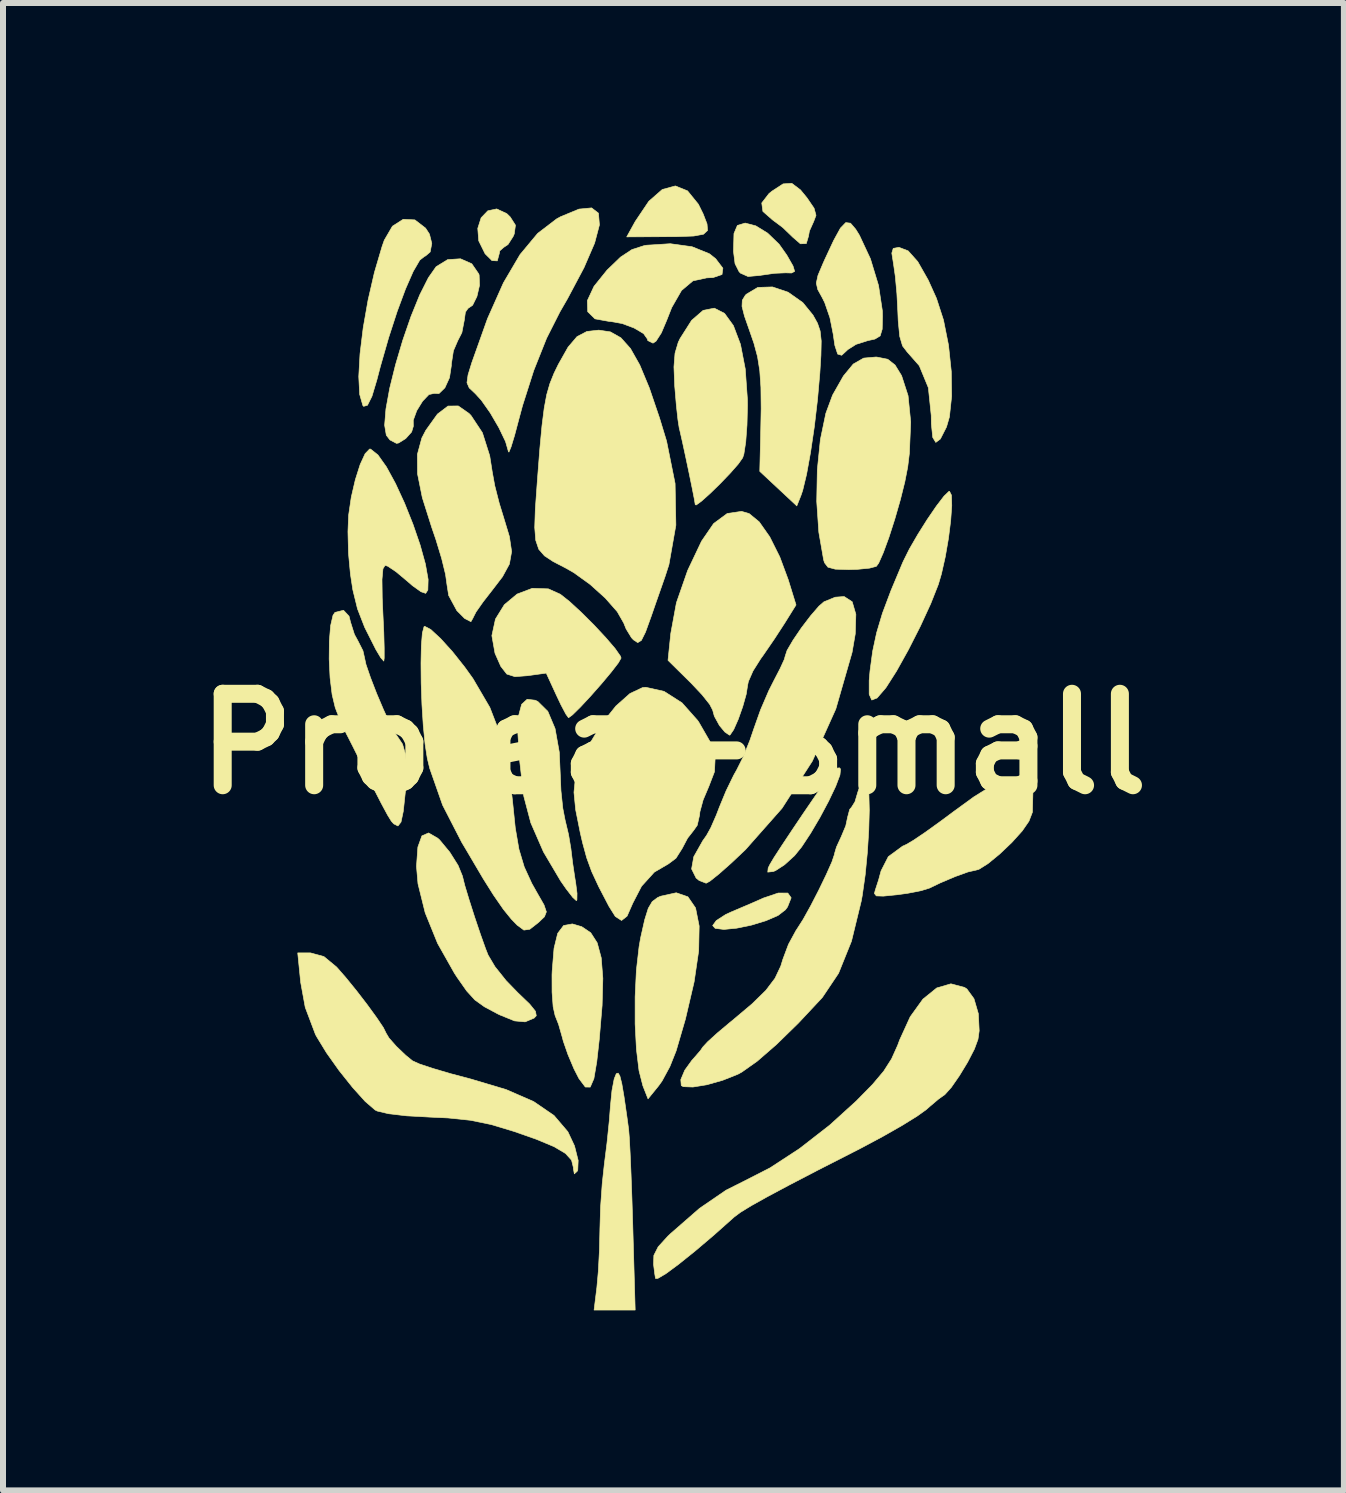
<source format=kicad_pcb>
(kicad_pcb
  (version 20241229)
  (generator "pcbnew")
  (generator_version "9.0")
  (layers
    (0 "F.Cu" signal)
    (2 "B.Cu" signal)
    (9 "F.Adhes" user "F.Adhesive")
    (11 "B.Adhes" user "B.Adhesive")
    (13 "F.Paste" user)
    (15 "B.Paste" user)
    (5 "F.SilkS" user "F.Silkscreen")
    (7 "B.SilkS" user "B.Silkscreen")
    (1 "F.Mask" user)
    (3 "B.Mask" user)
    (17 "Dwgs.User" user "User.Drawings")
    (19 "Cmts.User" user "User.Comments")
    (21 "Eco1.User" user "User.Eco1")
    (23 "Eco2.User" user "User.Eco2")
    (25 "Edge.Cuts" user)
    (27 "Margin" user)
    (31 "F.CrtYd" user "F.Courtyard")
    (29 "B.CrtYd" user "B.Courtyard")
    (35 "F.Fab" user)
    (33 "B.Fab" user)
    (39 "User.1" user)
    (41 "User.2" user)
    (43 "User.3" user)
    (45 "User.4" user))
  (footprint "Protea-Small"
    (layer "F.Cu")
    (at 8.172 9.345)
    (property "Reference" "Protea-Small" (at 0 0 0) (layer "F.SilkS") (effects (font (size 1.524 1.524) (thickness 0.3))))
    (attr through_hole)
    (fp_poly (pts (xy 0.234 -9.215) (xy 0.415 -8.992) (xy 0.494 -8.832) (xy 0.559 -8.664) (xy 0.568 -8.555) (xy 0.5 -8.492) (xy 0.337 -8.462) (xy 0.057 -8.452) (xy -0.099 -8.451) (xy -0.779 -8.448) (xy -0.637 -8.705) (xy -0.411 -9.041) (xy -0.186 -9.238) (xy 0.031 -9.297) (xy 0.234 -9.215)) (stroke (width 0.01) (type solid)) (fill yes) (layer "F.SilkS"))
    (fp_poly (pts (xy -2.778 -8.836) (xy -2.721 -8.781) (xy -2.633 -8.643) (xy -2.653 -8.498) (xy -2.672 -8.454) (xy -2.757 -8.321) (xy -2.829 -8.273) (xy -2.895 -8.215) (xy -2.903 -8.169) (xy -2.936 -8.048) (xy -3.025 -8.053) (xy -3.139 -8.167) (xy -3.245 -8.382) (xy -3.261 -8.59) (xy -3.205 -8.766) (xy -3.094 -8.882) (xy -2.946 -8.914) (xy -2.778 -8.836)) (stroke (width 0.01) (type solid)) (fill yes) (layer "F.SilkS"))
    (fp_poly (pts (xy 1.905 2.486) (xy 1.961 2.565) (xy 1.901 2.716) (xy 1.866 2.764) (xy 1.743 2.859) (xy 1.542 2.946) (xy 1.3 3.02) (xy 1.054 3.071) (xy 0.84 3.092) (xy 0.695 3.074) (xy 0.653 3.027) (xy 0.714 2.944) (xy 0.869 2.844) (xy 0.962 2.801) (xy 1.211 2.695) (xy 1.448 2.592) (xy 1.499 2.569) (xy 1.747 2.485) (xy 1.905 2.486)) (stroke (width 0.01) (type solid)) (fill yes) (layer "F.SilkS"))
    (fp_poly (pts (xy 2.116 -9.231) (xy 2.223 -9.101) (xy 2.343 -8.925) (xy 2.375 -8.807) (xy 2.336 -8.703) (xy 2.265 -8.545) (xy 2.25 -8.46) (xy 2.213 -8.336) (xy 2.115 -8.333) (xy 1.989 -8.442) (xy 1.821 -8.604) (xy 1.651 -8.731) (xy 1.49 -8.872) (xy 1.471 -9.013) (xy 1.592 -9.17) (xy 1.643 -9.211) (xy 1.827 -9.331) (xy 1.972 -9.34) (xy 2.116 -9.231)) (stroke (width 0.01) (type solid)) (fill yes) (layer "F.SilkS"))
    (fp_poly (pts (xy 1.371 -8.632) (xy 1.568 -8.511) (xy 1.76 -8.326) (xy 1.888 -8.145) (xy 1.992 -7.963) (xy 2.019 -7.873) (xy 1.968 -7.846) (xy 1.869 -7.849) (xy 1.684 -7.841) (xy 1.46 -7.809) (xy 1.447 -7.806) (xy 1.242 -7.788) (xy 1.116 -7.844) (xy 1.092 -7.87) (xy 1.026 -8.001) (xy 1 -8.207) (xy 1.008 -8.504) (xy 1.065 -8.639) (xy 1.195 -8.678) (xy 1.371 -8.632)) (stroke (width 0.01) (type solid)) (fill yes) (layer "F.SilkS"))
    (fp_poly (pts (xy 2.784 0.42) (xy 2.774 0.519) (xy 2.703 0.707) (xy 2.586 0.953) (xy 2.441 1.225) (xy 2.285 1.49) (xy 2.136 1.716) (xy 2.018 1.862) (xy 1.851 2.014) (xy 1.699 2.113) (xy 1.662 2.127) (xy 1.571 2.137) (xy 1.578 2.068) (xy 1.608 2.007) (xy 1.676 1.893) (xy 1.806 1.693) (xy 1.976 1.437) (xy 2.165 1.156) (xy 2.353 0.881) (xy 2.518 0.644) (xy 2.639 0.474) (xy 2.688 0.411) (xy 2.766 0.399) (xy 2.784 0.42)) (stroke (width 0.01) (type solid)) (fill yes) (layer "F.SilkS"))
    (fp_poly (pts (xy 0.24 2.548) (xy 0.368 2.734) (xy 0.428 3.036) (xy 0.42 3.448) (xy 0.344 3.966) (xy 0.199 4.586) (xy 0.044 5.116) (xy -0.06 5.377) (xy -0.19 5.617) (xy -0.247 5.697) (xy -0.424 5.915) (xy -0.51 5.697) (xy -0.574 5.446) (xy -0.617 5.09) (xy -0.639 4.667) (xy -0.639 4.215) (xy -0.618 3.773) (xy -0.573 3.379) (xy -0.547 3.23) (xy -0.479 2.929) (xy -0.42 2.74) (xy -0.354 2.628) (xy -0.266 2.562) (xy -0.215 2.539) (xy 0.046 2.481) (xy 0.24 2.548)) (stroke (width 0.01) (type solid)) (fill yes) (layer "F.SilkS"))
    (fp_poly (pts (xy -1.529 3.046) (xy -1.379 3.147) (xy -1.271 3.315) (xy -1.204 3.564) (xy -1.177 3.907) (xy -1.189 4.357) (xy -1.237 4.928) (xy -1.278 5.295) (xy -1.326 5.578) (xy -1.387 5.719) (xy -1.469 5.718) (xy -1.575 5.577) (xy -1.658 5.415) (xy -1.759 5.175) (xy -1.836 4.953) (xy -1.853 4.888) (xy -1.914 4.675) (xy -1.973 4.525) (xy -2.005 4.381) (xy -2.023 4.139) (xy -2.024 3.847) (xy -2.021 3.784) (xy -1.99 3.405) (xy -1.929 3.157) (xy -1.831 3.027) (xy -1.686 3) (xy -1.529 3.046)) (stroke (width 0.01) (type solid)) (fill yes) (layer "F.SilkS"))
    (fp_poly (pts (xy -4.309 -8.731) (xy -4.131 -8.594) (xy -4.066 -8.494) (xy -4.027 -8.339) (xy -4.054 -8.197) (xy -4.134 -8.128) (xy -4.142 -8.128) (xy -4.227 -8.061) (xy -4.337 -7.872) (xy -4.465 -7.58) (xy -4.604 -7.206) (xy -4.746 -6.769) (xy -4.884 -6.288) (xy -4.942 -6.066) (xy -5.024 -5.792) (xy -5.099 -5.642) (xy -5.163 -5.624) (xy -5.176 -5.639) (xy -5.229 -5.824) (xy -5.244 -6.12) (xy -5.223 -6.499) (xy -5.17 -6.933) (xy -5.089 -7.394) (xy -4.983 -7.855) (xy -4.856 -8.286) (xy -4.819 -8.392) (xy -4.683 -8.626) (xy -4.503 -8.741) (xy -4.309 -8.731)) (stroke (width 0.01) (type solid)) (fill yes) (layer "F.SilkS"))
    (fp_poly (pts (xy -0.893 5.534) (xy -0.861 5.661) (xy -0.823 5.884) (xy -0.774 6.224) (xy -0.747 6.423) (xy -0.736 6.562) (xy -0.722 6.82) (xy -0.707 7.169) (xy -0.692 7.582) (xy -0.678 8.033) (xy -0.678 8.037) (xy -0.638 9.434) (xy -1.323 9.434) (xy -1.276 9.053) (xy -1.252 8.786) (xy -1.234 8.445) (xy -1.226 8.104) (xy -1.226 8.092) (xy -1.215 7.723) (xy -1.187 7.326) (xy -1.152 7.003) (xy -1.108 6.653) (xy -1.069 6.275) (xy -1.05 6.029) (xy -1.025 5.777) (xy -0.988 5.583) (xy -0.953 5.496) (xy -0.922 5.486) (xy -0.893 5.534)) (stroke (width 0.01) (type solid)) (fill yes) (layer "F.SilkS"))
    (fp_poly (pts (xy 2.95 -8.676) (xy 3.036 -8.576) (xy 3.098 -8.476) (xy 3.282 -8.082) (xy 3.417 -7.637) (xy 3.481 -7.214) (xy 3.483 -7.125) (xy 3.478 -6.91) (xy 3.444 -6.798) (xy 3.356 -6.745) (xy 3.237 -6.719) (xy 3.042 -6.657) (xy 2.906 -6.571) (xy 2.901 -6.566) (xy 2.803 -6.475) (xy 2.736 -6.495) (xy 2.689 -6.639) (xy 2.661 -6.83) (xy 2.607 -7.101) (xy 2.52 -7.353) (xy 2.479 -7.435) (xy 2.404 -7.571) (xy 2.38 -7.678) (xy 2.408 -7.807) (xy 2.493 -8.008) (xy 2.517 -8.062) (xy 2.67 -8.39) (xy 2.782 -8.594) (xy 2.871 -8.686) (xy 2.95 -8.676)) (stroke (width 0.01) (type solid)) (fill yes) (layer "F.SilkS"))
    (fp_poly (pts (xy 3.91 -8.215) (xy 4.07 -8.036) (xy 4.245 -7.728) (xy 4.382 -7.424) (xy 4.499 -7.063) (xy 4.583 -6.643) (xy 4.629 -6.206) (xy 4.635 -5.793) (xy 4.598 -5.448) (xy 4.549 -5.28) (xy 4.447 -5.08) (xy 4.371 -5.023) (xy 4.32 -5.107) (xy 4.297 -5.333) (xy 4.295 -5.472) (xy 4.247 -5.935) (xy 4.096 -6.301) (xy 3.892 -6.533) (xy 3.817 -6.631) (xy 3.77 -6.79) (xy 3.745 -7.045) (xy 3.739 -7.188) (xy 3.723 -7.499) (xy 3.696 -7.792) (xy 3.666 -8.001) (xy 3.638 -8.178) (xy 3.662 -8.256) (xy 3.753 -8.273) (xy 3.759 -8.273) (xy 3.91 -8.215)) (stroke (width 0.01) (type solid)) (fill yes) (layer "F.SilkS"))
    (fp_poly (pts (xy -2.304 -0.727) (xy -2.26 -0.706) (xy -2.094 -0.542) (xy -1.973 -0.255) (xy -1.903 0.138) (xy -1.888 0.472) (xy -1.875 0.78) (xy -1.844 1.074) (xy -1.807 1.265) (xy -1.748 1.513) (xy -1.709 1.747) (xy -1.706 1.773) (xy -1.679 1.993) (xy -1.64 2.253) (xy -1.631 2.304) (xy -1.607 2.491) (xy -1.609 2.601) (xy -1.618 2.613) (xy -1.678 2.558) (xy -1.788 2.416) (xy -1.88 2.284) (xy -2.166 1.8) (xy -2.377 1.316) (xy -2.493 0.877) (xy -2.5 0.835) (xy -2.564 0.271) (xy -2.592 -0.161) (xy -2.581 -0.468) (xy -2.53 -0.659) (xy -2.438 -0.743) (xy -2.304 -0.727)) (stroke (width 0.01) (type solid)) (fill yes) (layer "F.SilkS"))
    (fp_poly (pts (xy -2.085 -2.583) (xy -1.885 -2.493) (xy -1.731 -2.371) (xy -1.536 -2.191) (xy -1.326 -1.982) (xy -1.13 -1.772) (xy -0.973 -1.589) (xy -0.884 -1.462) (xy -0.873 -1.43) (xy -0.919 -1.349) (xy -1.037 -1.196) (xy -1.199 -1.002) (xy -1.379 -0.798) (xy -1.549 -0.615) (xy -1.682 -0.484) (xy -1.749 -0.435) (xy -1.793 -0.496) (xy -1.875 -0.651) (xy -1.949 -0.807) (xy -2.12 -1.179) (xy -2.432 -1.136) (xy -2.642 -1.12) (xy -2.777 -1.163) (xy -2.877 -1.291) (xy -2.974 -1.51) (xy -3.026 -1.803) (xy -2.966 -2.08) (xy -2.818 -2.319) (xy -2.606 -2.496) (xy -2.353 -2.592) (xy -2.085 -2.583)) (stroke (width 0.01) (type solid)) (fill yes) (layer "F.SilkS"))
    (fp_poly (pts (xy 1.91 -7.526) (xy 2.155 -7.353) (xy 2.325 -7.144) (xy 2.4 -7.009) (xy 2.444 -6.879) (xy 2.462 -6.713) (xy 2.457 -6.475) (xy 2.439 -6.18) (xy 2.4 -5.736) (xy 2.347 -5.284) (xy 2.284 -4.858) (xy 2.218 -4.493) (xy 2.153 -4.223) (xy 2.125 -4.141) (xy 2.055 -3.965) (xy 1.438 -4.541) (xy 1.452 -5.119) (xy 1.461 -5.585) (xy 1.457 -5.94) (xy 1.438 -6.217) (xy 1.401 -6.451) (xy 1.341 -6.674) (xy 1.274 -6.868) (xy 1.183 -7.128) (xy 1.142 -7.29) (xy 1.147 -7.392) (xy 1.194 -7.47) (xy 1.212 -7.491) (xy 1.405 -7.606) (xy 1.649 -7.614) (xy 1.91 -7.526)) (stroke (width 0.01) (type solid)) (fill yes) (layer "F.SilkS"))
    (fp_poly (pts (xy -1.25 -8.843) (xy -1.234 -8.647) (xy -1.314 -8.345) (xy -1.491 -7.935) (xy -1.765 -7.419) (xy -1.893 -7.197) (xy -2.114 -6.76) (xy -2.328 -6.223) (xy -2.516 -5.634) (xy -2.577 -5.407) (xy -2.648 -5.139) (xy -2.706 -4.949) (xy -2.742 -4.862) (xy -2.75 -4.87) (xy -2.798 -5.037) (xy -2.909 -5.268) (xy -3.053 -5.515) (xy -3.203 -5.728) (xy -3.305 -5.839) (xy -3.404 -5.932) (xy -3.441 -6.018) (xy -3.423 -6.148) (xy -3.361 -6.35) (xy -3.099 -7.085) (xy -2.833 -7.683) (xy -2.556 -8.154) (xy -2.263 -8.506) (xy -1.948 -8.747) (xy -1.881 -8.784) (xy -1.574 -8.911) (xy -1.364 -8.931) (xy -1.25 -8.843)) (stroke (width 0.01) (type solid)) (fill yes) (layer "F.SilkS"))
    (fp_poly (pts (xy 0.309 -8.284) (xy 0.598 -8.167) (xy 0.702 -8.085) (xy 0.823 -7.926) (xy 0.809 -7.821) (xy 0.66 -7.77) (xy 0.553 -7.765) (xy 0.324 -7.715) (xy 0.134 -7.555) (xy -0.029 -7.271) (xy -0.113 -7.058) (xy -0.202 -6.848) (xy -0.291 -6.71) (xy -0.341 -6.677) (xy -0.428 -6.72) (xy -0.435 -6.747) (xy -0.498 -6.836) (xy -0.655 -6.929) (xy -0.855 -7.004) (xy -1.051 -7.039) (xy -1.07 -7.039) (xy -1.308 -7.082) (xy -1.429 -7.201) (xy -1.435 -7.386) (xy -1.324 -7.624) (xy -1.107 -7.894) (xy -0.882 -8.111) (xy -0.693 -8.236) (xy -0.492 -8.301) (xy -0.448 -8.309) (xy -0.053 -8.334) (xy 0.309 -8.284)) (stroke (width 0.01) (type solid)) (fill yes) (layer "F.SilkS"))
    (fp_poly (pts (xy 4.632 -4.144) (xy 4.637 -3.969) (xy 4.619 -3.718) (xy 4.582 -3.423) (xy 4.529 -3.117) (xy 4.465 -2.832) (xy 4.413 -2.656) (xy 4.287 -2.337) (xy 4.113 -1.959) (xy 3.915 -1.569) (xy 3.718 -1.215) (xy 3.546 -0.945) (xy 3.531 -0.925) (xy 3.393 -0.765) (xy 3.304 -0.73) (xy 3.261 -0.826) (xy 3.261 -1.056) (xy 3.275 -1.216) (xy 3.319 -1.544) (xy 3.385 -1.851) (xy 3.482 -2.176) (xy 3.624 -2.554) (xy 3.82 -3.022) (xy 3.832 -3.048) (xy 3.932 -3.249) (xy 4.071 -3.489) (xy 4.227 -3.737) (xy 4.38 -3.961) (xy 4.508 -4.128) (xy 4.59 -4.207) (xy 4.599 -4.209) (xy 4.632 -4.144)) (stroke (width 0.01) (type solid)) (fill yes) (layer "F.SilkS"))
    (fp_poly (pts (xy 3.39 -6.445) (xy 3.57 -6.409) (xy 3.692 -6.313) (xy 3.801 -6.135) (xy 3.909 -5.802) (xy 3.953 -5.363) (xy 3.931 -4.843) (xy 3.903 -4.613) (xy 3.855 -4.367) (xy 3.78 -4.066) (xy 3.688 -3.746) (xy 3.59 -3.441) (xy 3.496 -3.185) (xy 3.419 -3.011) (xy 3.38 -2.958) (xy 3.267 -2.928) (xy 3.064 -2.908) (xy 2.922 -2.904) (xy 2.696 -2.911) (xy 2.574 -2.944) (xy 2.517 -3.018) (xy 2.502 -3.066) (xy 2.422 -3.526) (xy 2.387 -4.04) (xy 2.397 -4.568) (xy 2.448 -5.071) (xy 2.539 -5.508) (xy 2.651 -5.811) (xy 2.832 -6.13) (xy 2.996 -6.329) (xy 3.169 -6.428) (xy 3.373 -6.446) (xy 3.39 -6.445)) (stroke (width 0.01) (type solid)) (fill yes) (layer "F.SilkS"))
    (fp_poly (pts (xy -3.406 -5.505) (xy -3.374 -5.472) (xy -3.184 -5.185) (xy -3.062 -4.801) (xy -3.02 -4.533) (xy -2.978 -4.302) (xy -2.903 -4.009) (xy -2.836 -3.791) (xy -2.734 -3.454) (xy -2.697 -3.204) (xy -2.734 -2.996) (xy -2.849 -2.785) (xy -3.012 -2.572) (xy -3.173 -2.365) (xy -3.29 -2.198) (xy -3.338 -2.104) (xy -3.338 -2.102) (xy -3.375 -2.036) (xy -3.479 -2.089) (xy -3.61 -2.221) (xy -3.746 -2.473) (xy -3.774 -2.652) (xy -3.798 -2.824) (xy -3.863 -3.09) (xy -3.959 -3.406) (xy -4.028 -3.607) (xy -4.185 -4.103) (xy -4.265 -4.501) (xy -4.267 -4.824) (xy -4.193 -5.097) (xy -4.127 -5.224) (xy -3.933 -5.495) (xy -3.757 -5.629) (xy -3.586 -5.631) (xy -3.406 -5.505)) (stroke (width 0.01) (type solid)) (fill yes) (layer "F.SilkS"))
    (fp_poly (pts (xy -3.928 1.572) (xy -3.893 1.605) (xy -3.728 1.804) (xy -3.589 2.025) (xy -3.515 2.206) (xy -3.514 2.213) (xy -3.477 2.361) (xy -3.405 2.599) (xy -3.314 2.884) (xy -3.218 3.169) (xy -3.132 3.41) (xy -3.089 3.519) (xy -2.974 3.713) (xy -2.788 3.946) (xy -2.593 4.147) (xy -2.397 4.335) (xy -2.3 4.455) (xy -2.286 4.53) (xy -2.322 4.569) (xy -2.472 4.632) (xy -2.648 4.616) (xy -2.894 4.516) (xy -2.929 4.499) (xy -3.15 4.381) (xy -3.309 4.267) (xy -3.445 4.118) (xy -3.603 3.893) (xy -3.65 3.821) (xy -3.93 3.325) (xy -4.137 2.815) (xy -4.257 2.331) (xy -4.282 2.04) (xy -4.259 1.719) (xy -4.192 1.533) (xy -4.081 1.484) (xy -3.928 1.572)) (stroke (width 0.01) (type solid)) (fill yes) (layer "F.SilkS"))
    (fp_poly (pts (xy 0.851 -7.173) (xy 0.998 -6.97) (xy 1.116 -6.659) (xy 1.196 -6.248) (xy 1.232 -5.742) (xy 1.233 -5.638) (xy 1.225 -5.313) (xy 1.204 -5.03) (xy 1.173 -4.828) (xy 1.153 -4.767) (xy 1.078 -4.661) (xy 0.944 -4.509) (xy 0.779 -4.337) (xy 0.612 -4.174) (xy 0.469 -4.046) (xy 0.38 -3.981) (xy 0.363 -3.985) (xy 0.349 -4.071) (xy 0.312 -4.259) (xy 0.261 -4.508) (xy 0.204 -4.778) (xy 0.15 -5.028) (xy 0.107 -5.218) (xy 0.096 -5.261) (xy 0.074 -5.403) (xy 0.048 -5.64) (xy 0.024 -5.925) (xy 0.021 -5.956) (xy 0.008 -6.281) (xy 0.026 -6.51) (xy 0.08 -6.692) (xy 0.11 -6.754) (xy 0.303 -7.058) (xy 0.495 -7.224) (xy 0.681 -7.26) (xy 0.851 -7.173)) (stroke (width 0.01) (type solid)) (fill yes) (layer "F.SilkS"))
    (fp_poly (pts (xy 1.261 -3.837) (xy 1.428 -3.7) (xy 1.604 -3.45) (xy 1.771 -3.116) (xy 1.912 -2.736) (xy 2.042 -2.315) (xy 1.852 -2.01) (xy 1.683 -1.75) (xy 1.497 -1.479) (xy 1.451 -1.415) (xy 1.325 -1.215) (xy 1.248 -1.039) (xy 1.236 -0.98) (xy 1.212 -0.827) (xy 1.154 -0.621) (xy 1.079 -0.409) (xy 1.003 -0.237) (xy 0.943 -0.149) (xy 0.933 -0.145) (xy 0.856 -0.198) (xy 0.766 -0.306) (xy 0.681 -0.461) (xy 0.653 -0.563) (xy 0.604 -0.658) (xy 0.476 -0.819) (xy 0.295 -1.011) (xy 0.281 -1.025) (xy -0.091 -1.392) (xy -0.045 -1.839) (xy 0.049 -2.351) (xy 0.237 -2.891) (xy 0.468 -3.378) (xy 0.669 -3.671) (xy 0.896 -3.839) (xy 1.135 -3.874) (xy 1.261 -3.837)) (stroke (width 0.01) (type solid)) (fill yes) (layer "F.SilkS"))
    (fp_poly (pts (xy 5.924 0.614) (xy 5.969 0.721) (xy 5.989 0.817) (xy 5.981 1.138) (xy 5.923 1.289) (xy 5.811 1.451) (xy 5.637 1.644) (xy 5.435 1.836) (xy 5.241 1.995) (xy 5.088 2.091) (xy 5.036 2.105) (xy 4.907 2.134) (xy 4.694 2.211) (xy 4.442 2.318) (xy 4.266 2.403) (xy 4.127 2.446) (xy 3.902 2.49) (xy 3.728 2.514) (xy 3.497 2.537) (xy 3.38 2.533) (xy 3.348 2.493) (xy 3.363 2.436) (xy 3.418 2.267) (xy 3.459 2.116) (xy 3.58 1.879) (xy 3.817 1.705) (xy 3.883 1.675) (xy 3.998 1.607) (xy 4.198 1.472) (xy 4.452 1.289) (xy 4.677 1.122) (xy 5.004 0.884) (xy 5.254 0.728) (xy 5.453 0.638) (xy 5.632 0.598) (xy 5.633 0.597) (xy 5.827 0.582) (xy 5.924 0.614)) (stroke (width 0.01) (type solid)) (fill yes) (layer "F.SilkS"))
    (fp_poly (pts (xy -0.157 -0.875) (xy 0.142 -0.684) (xy 0.404 -0.389) (xy 0.425 -0.357) (xy 0.61 -0.036) (xy 0.695 0.225) (xy 0.683 0.465) (xy 0.588 0.712) (xy 0.494 0.934) (xy 0.44 1.133) (xy 0.435 1.186) (xy 0.396 1.357) (xy 0.334 1.445) (xy 0.235 1.571) (xy 0.145 1.742) (xy 0.041 1.906) (xy -0.083 1.999) (xy -0.319 2.137) (xy -0.532 2.372) (xy -0.678 2.654) (xy -0.773 2.87) (xy -0.865 2.943) (xy -0.969 2.876) (xy -1.075 2.707) (xy -1.246 2.379) (xy -1.363 2.127) (xy -1.446 1.899) (xy -1.515 1.646) (xy -1.554 1.477) (xy -1.63 1.097) (xy -1.658 0.808) (xy -1.634 0.564) (xy -1.552 0.317) (xy -1.412 0.024) (xy -1.195 -0.336) (xy -0.959 -0.631) (xy -0.725 -0.839) (xy -0.515 -0.938) (xy -0.462 -0.943) (xy -0.157 -0.875)) (stroke (width 0.01) (type solid)) (fill yes) (layer "F.SilkS"))
    (fp_poly (pts (xy -5.047 -4.912) (xy -4.925 -4.815) (xy -4.783 -4.615) (xy -4.632 -4.338) (xy -4.481 -4.011) (xy -4.341 -3.661) (xy -4.222 -3.315) (xy -4.134 -2.998) (xy -4.088 -2.739) (xy -4.093 -2.564) (xy -4.129 -2.508) (xy -4.207 -2.535) (xy -4.35 -2.637) (xy -4.453 -2.726) (xy -4.624 -2.869) (xy -4.76 -2.96) (xy -4.805 -2.975) (xy -4.841 -2.918) (xy -4.857 -2.74) (xy -4.853 -2.432) (xy -4.842 -2.177) (xy -4.827 -1.857) (xy -4.82 -1.597) (xy -4.82 -1.429) (xy -4.827 -1.379) (xy -4.877 -1.435) (xy -4.959 -1.572) (xy -4.962 -1.578) (xy -5.145 -1.941) (xy -5.265 -2.25) (xy -5.343 -2.568) (xy -5.383 -2.83) (xy -5.415 -3.175) (xy -5.424 -3.537) (xy -5.413 -3.81) (xy -5.369 -4.11) (xy -5.301 -4.402) (xy -5.221 -4.654) (xy -5.138 -4.835) (xy -5.063 -4.913) (xy -5.047 -4.912)) (stroke (width 0.01) (type solid)) (fill yes) (layer "F.SilkS"))
    (fp_poly (pts (xy -3.361 -8) (xy -3.244 -7.83) (xy -3.238 -7.811) (xy -3.232 -7.64) (xy -3.275 -7.455) (xy -3.347 -7.309) (xy -3.423 -7.257) (xy -3.467 -7.194) (xy -3.486 -7.058) (xy -3.526 -6.852) (xy -3.595 -6.717) (xy -3.667 -6.55) (xy -3.701 -6.33) (xy -3.701 -6.305) (xy -3.732 -6.102) (xy -3.809 -5.933) (xy -3.908 -5.837) (xy -3.988 -5.84) (xy -4.075 -5.821) (xy -4.181 -5.71) (xy -4.278 -5.552) (xy -4.336 -5.393) (xy -4.335 -5.291) (xy -4.363 -5.198) (xy -4.462 -5.087) (xy -4.579 -5.014) (xy -4.615 -5.007) (xy -4.725 -5.065) (xy -4.785 -5.143) (xy -4.813 -5.31) (xy -4.791 -5.581) (xy -4.728 -5.927) (xy -4.631 -6.318) (xy -4.51 -6.727) (xy -4.373 -7.124) (xy -4.228 -7.481) (xy -4.084 -7.767) (xy -3.955 -7.951) (xy -3.763 -8.069) (xy -3.549 -8.083) (xy -3.361 -8)) (stroke (width 0.01) (type solid)) (fill yes) (layer "F.SilkS"))
    (fp_poly (pts (xy 2.978 -2.368) (xy 3.039 -2.159) (xy 3.029 -1.832) (xy 2.976 -1.524) (xy 2.705 -0.582) (xy 2.314 0.287) (xy 1.808 1.074) (xy 1.202 1.76) (xy 0.963 1.986) (xy 0.756 2.169) (xy 0.607 2.288) (xy 0.544 2.322) (xy 0.427 2.276) (xy 0.377 2.235) (xy 0.302 2.084) (xy 0.338 1.881) (xy 0.489 1.613) (xy 0.552 1.524) (xy 0.623 1.395) (xy 0.714 1.187) (xy 0.766 1.052) (xy 0.877 0.783) (xy 1.003 0.524) (xy 1.053 0.435) (xy 1.16 0.222) (xy 1.273 -0.058) (xy 1.34 -0.254) (xy 1.451 -0.567) (xy 1.59 -0.89) (xy 1.672 -1.052) (xy 1.778 -1.257) (xy 1.847 -1.408) (xy 1.861 -1.46) (xy 1.893 -1.558) (xy 1.992 -1.727) (xy 2.131 -1.932) (xy 2.285 -2.134) (xy 2.424 -2.295) (xy 2.507 -2.367) (xy 2.695 -2.444) (xy 2.844 -2.455) (xy 2.978 -2.368)) (stroke (width 0.01) (type solid)) (fill yes) (layer "F.SilkS"))
    (fp_poly (pts (xy -5.406 -2.128) (xy -5.381 -2.028) (xy -5.317 -1.825) (xy -5.254 -1.709) (xy -5.174 -1.551) (xy -5.152 -1.453) (xy -5.124 -1.324) (xy -5.049 -1.105) (xy -4.946 -0.839) (xy -4.831 -0.568) (xy -4.722 -0.332) (xy -4.635 -0.174) (xy -4.616 -0.147) (xy -4.515 0.004) (xy -4.461 0.188) (xy -4.447 0.44) (xy -4.467 0.797) (xy -4.469 0.814) (xy -4.502 1.123) (xy -4.54 1.303) (xy -4.591 1.368) (xy -4.662 1.332) (xy -4.701 1.288) (xy -4.764 1.186) (xy -4.871 0.987) (xy -5.005 0.726) (xy -5.076 0.581) (xy -5.217 0.295) (xy -5.341 0.046) (xy -5.429 -0.127) (xy -5.453 -0.173) (xy -5.525 -0.327) (xy -5.613 -0.543) (xy -5.637 -0.608) (xy -5.688 -0.822) (xy -5.722 -1.102) (xy -5.737 -1.412) (xy -5.734 -1.714) (xy -5.713 -1.97) (xy -5.673 -2.143) (xy -5.64 -2.191) (xy -5.498 -2.226) (xy -5.406 -2.128)) (stroke (width 0.01) (type solid)) (fill yes) (layer "F.SilkS"))
    (fp_poly (pts (xy -4.042 -1.904) (xy -3.881 -1.755) (xy -3.685 -1.539) (xy -3.48 -1.281) (xy -3.342 -1.089) (xy -3.06 -0.607) (xy -2.863 -0.098) (xy -2.736 0.478) (xy -2.683 0.943) (xy -2.636 1.401) (xy -2.575 1.756) (xy -2.487 2.05) (xy -2.361 2.325) (xy -2.268 2.49) (xy -2.157 2.684) (xy -2.118 2.799) (xy -2.15 2.881) (xy -2.252 2.978) (xy -2.261 2.985) (xy -2.394 3.089) (xy -2.492 3.103) (xy -2.605 3.02) (xy -2.701 2.921) (xy -2.834 2.757) (xy -3 2.517) (xy -3.166 2.253) (xy -3.168 2.25) (xy -3.316 1.999) (xy -3.445 1.78) (xy -3.529 1.639) (xy -3.532 1.633) (xy -3.847 1.02) (xy -4.061 0.41) (xy -4.102 0.241) (xy -4.139 0.003) (xy -4.169 -0.305) (xy -4.191 -0.651) (xy -4.204 -1.008) (xy -4.207 -1.346) (xy -4.201 -1.635) (xy -4.184 -1.848) (xy -4.156 -1.953) (xy -4.145 -1.959) (xy -4.042 -1.904)) (stroke (width 0.01) (type solid)) (fill yes) (layer "F.SilkS"))
    (fp_poly (pts (xy -1.051 -6.865) (xy -0.877 -6.767) (xy -0.717 -6.588) (xy -0.562 -6.314) (xy -0.403 -5.932) (xy -0.232 -5.429) (xy -0.115 -5.044) (xy 0.027 -4.338) (xy 0.04 -3.644) (xy -0.076 -2.986) (xy -0.138 -2.794) (xy -0.203 -2.608) (xy -0.294 -2.348) (xy -0.372 -2.123) (xy -0.466 -1.863) (xy -0.535 -1.724) (xy -0.596 -1.687) (xy -0.667 -1.734) (xy -0.699 -1.768) (xy -0.789 -1.915) (xy -0.829 -2.014) (xy -0.937 -2.203) (xy -1.136 -2.429) (xy -1.389 -2.657) (xy -1.661 -2.853) (xy -1.798 -2.931) (xy -2.003 -3.037) (xy -2.149 -3.133) (xy -2.244 -3.242) (xy -2.295 -3.392) (xy -2.312 -3.606) (xy -2.302 -3.91) (xy -2.272 -4.33) (xy -2.266 -4.412) (xy -2.227 -4.917) (xy -2.191 -5.302) (xy -2.154 -5.594) (xy -2.112 -5.82) (xy -2.059 -6.004) (xy -1.991 -6.174) (xy -1.919 -6.322) (xy -1.756 -6.611) (xy -1.607 -6.786) (xy -1.443 -6.872) (xy -1.245 -6.894) (xy -1.051 -6.865)) (stroke (width 0.01) (type solid)) (fill yes) (layer "F.SilkS"))
    (fp_poly (pts (xy -5.825 3.544) (xy -5.613 3.719) (xy -5.46 3.894) (xy -5.282 4.113) (xy -5.102 4.347) (xy -4.945 4.563) (xy -4.833 4.73) (xy -4.79 4.817) (xy -4.79 4.818) (xy -4.74 4.902) (xy -4.619 5.039) (xy -4.462 5.189) (xy -4.348 5.282) (xy -4.235 5.333) (xy -4.013 5.407) (xy -3.715 5.495) (xy -3.379 5.584) (xy -2.789 5.76) (xy -2.33 5.96) (xy -1.991 6.192) (xy -1.76 6.463) (xy -1.649 6.699) (xy -1.588 6.942) (xy -1.595 7.102) (xy -1.603 7.12) (xy -1.652 7.165) (xy -1.668 7.076) (xy -1.668 7.059) (xy -1.698 6.937) (xy -1.799 6.825) (xy -1.989 6.712) (xy -2.286 6.588) (xy -2.657 6.458) (xy -3.038 6.343) (xy -3.383 6.272) (xy -3.76 6.233) (xy -4.064 6.219) (xy -4.448 6.198) (xy -4.747 6.163) (xy -4.937 6.118) (xy -4.971 6.101) (xy -5.137 5.958) (xy -5.346 5.726) (xy -5.571 5.444) (xy -5.782 5.147) (xy -5.949 4.873) (xy -5.966 4.841) (xy -6.136 4.39) (xy -6.212 3.973) (xy -6.261 3.483) (xy -6.048 3.483) (xy -5.825 3.544)) (stroke (width 0.01) (type solid)) (fill yes) (layer "F.SilkS"))
    (fp_poly (pts (xy 4.849 4.058) (xy 4.889 4.084) (xy 5.007 4.246) (xy 5.08 4.496) (xy 5.094 4.781) (xy 5.074 4.923) (xy 5.014 5.086) (xy 4.902 5.303) (xy 4.764 5.53) (xy 4.628 5.726) (xy 4.519 5.847) (xy 4.494 5.863) (xy 4.415 5.92) (xy 4.273 6.04) (xy 4.212 6.094) (xy 4.063 6.201) (xy 3.815 6.355) (xy 3.496 6.537) (xy 3.136 6.73) (xy 2.986 6.807) (xy 2.394 7.109) (xy 1.923 7.354) (xy 1.56 7.548) (xy 1.295 7.696) (xy 1.117 7.805) (xy 1.017 7.88) (xy 1.016 7.88) (xy 0.671 8.187) (xy 0.354 8.456) (xy 0.082 8.674) (xy -0.128 8.829) (xy -0.261 8.907) (xy -0.299 8.908) (xy -0.312 8.831) (xy -0.332 8.672) (xy -0.327 8.523) (xy -0.255 8.381) (xy -0.094 8.204) (xy -0.052 8.164) (xy 0.435 7.739) (xy 0.876 7.437) (xy 1.161 7.294) (xy 1.609 7.065) (xy 2.102 6.743) (xy 2.602 6.354) (xy 3.045 5.952) (xy 3.316 5.676) (xy 3.503 5.454) (xy 3.634 5.249) (xy 3.736 5.022) (xy 3.768 4.935) (xy 3.945 4.547) (xy 4.156 4.254) (xy 4.387 4.067) (xy 4.623 3.998) (xy 4.849 4.058)) (stroke (width 0.01) (type solid)) (fill yes) (layer "F.SilkS"))
    (fp_poly (pts (xy 3.232 0.648) (xy 3.256 0.832) (xy 3.263 1.104) (xy 3.254 1.438) (xy 3.231 1.806) (xy 3.195 2.179) (xy 3.145 2.531) (xy 3.129 2.619) (xy 2.966 3.288) (xy 2.751 3.822) (xy 2.483 4.222) (xy 2.472 4.235) (xy 2.08 4.654) (xy 1.715 5.01) (xy 1.396 5.287) (xy 1.14 5.468) (xy 1.075 5.504) (xy 0.821 5.605) (xy 0.557 5.68) (xy 0.324 5.718) (xy 0.165 5.712) (xy 0.13 5.694) (xy 0.122 5.595) (xy 0.188 5.438) (xy 0.306 5.274) (xy 0.336 5.241) (xy 0.451 5.108) (xy 0.488 5.053) (xy 0.569 4.965) (xy 0.732 4.817) (xy 0.944 4.639) (xy 0.98 4.61) (xy 1.31 4.332) (xy 1.54 4.107) (xy 1.692 3.906) (xy 1.788 3.703) (xy 1.822 3.592) (xy 1.916 3.341) (xy 2.042 3.109) (xy 2.059 3.084) (xy 2.161 2.924) (xy 2.288 2.695) (xy 2.423 2.433) (xy 2.546 2.178) (xy 2.64 1.967) (xy 2.684 1.837) (xy 2.685 1.824) (xy 2.716 1.719) (xy 2.791 1.556) (xy 2.794 1.55) (xy 2.871 1.366) (xy 2.902 1.22) (xy 2.936 1.092) (xy 2.966 1.058) (xy 3.024 0.965) (xy 3.073 0.8) (xy 3.125 0.647) (xy 3.19 0.581) (xy 3.191 0.581) (xy 3.232 0.648)) (stroke (width 0.01) (type solid)) (fill yes) (layer "F.SilkS")))
  (gr_rect
    (start -3 -3)
    (end 19.343 21.784)
    (stroke (width 0.1) (type default))
    (fill no)
    (layer "Edge.Cuts")))
</source>
